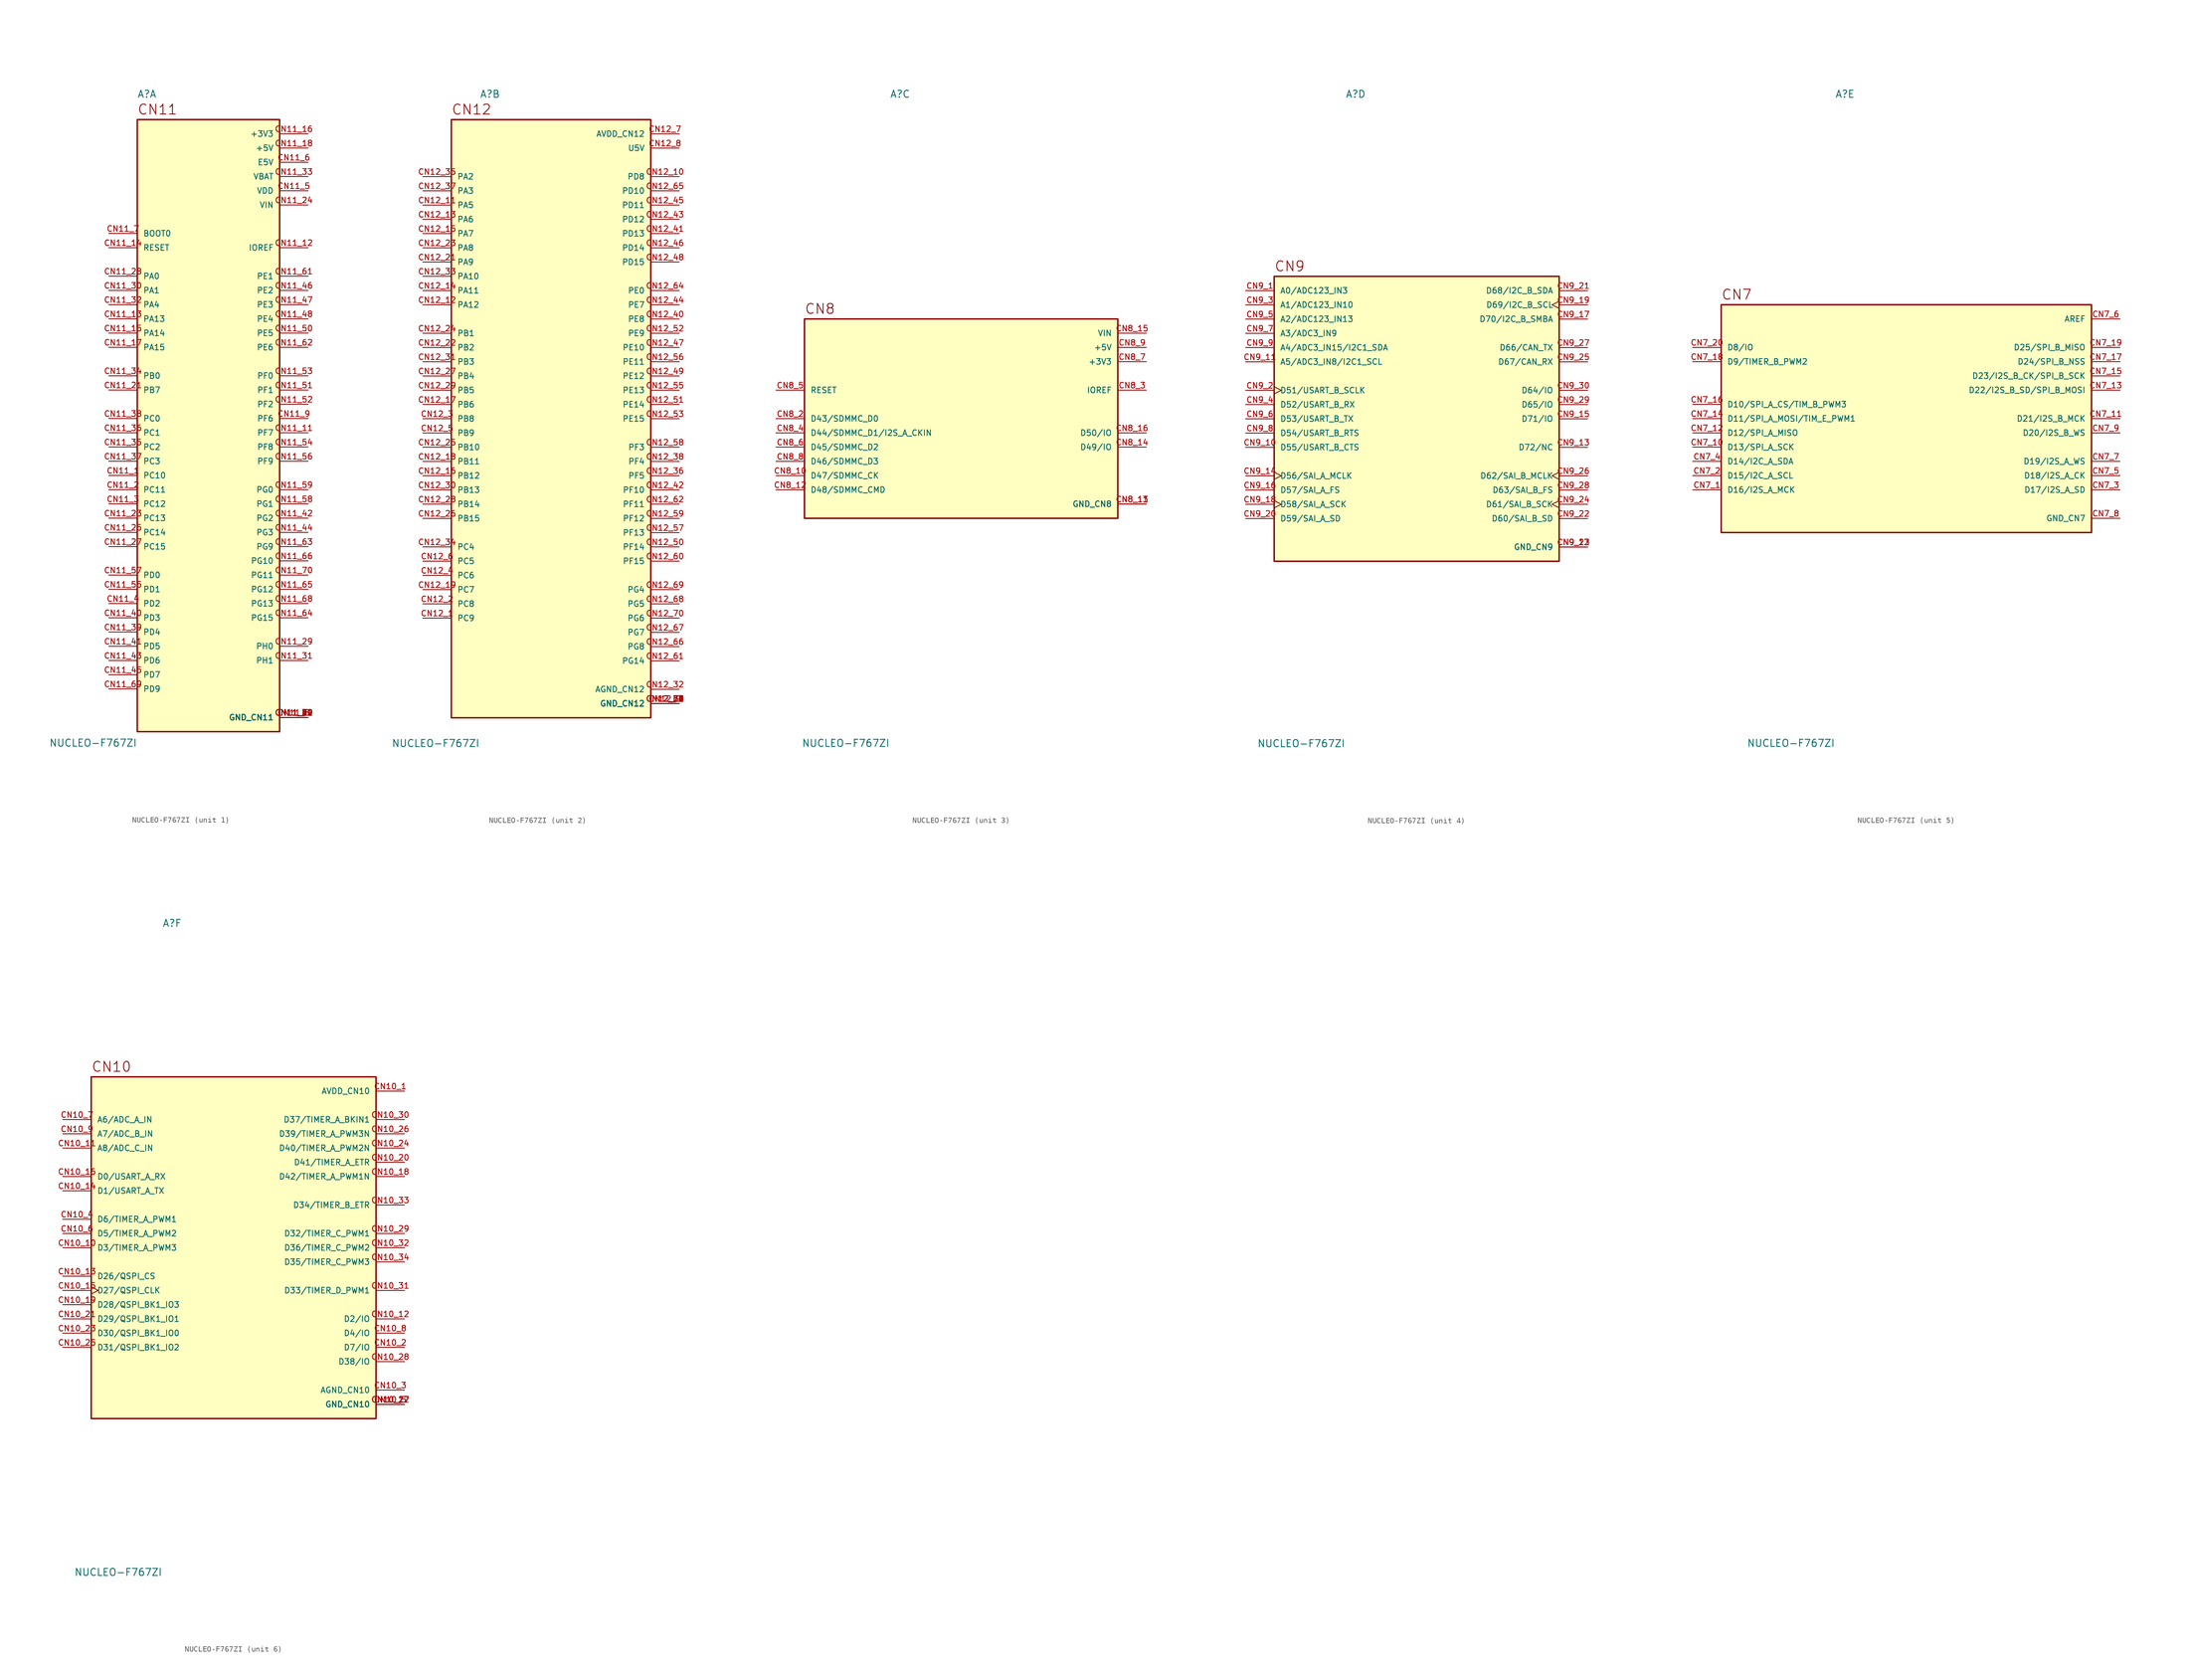
<source format=kicad_sym>
(kicad_symbol_lib
  (version 20211014)
  (generator kicad_symbol_editor)
  (symbol "NUCLEO-F767ZI"
    (pin_names
      (offset 1.016))
    (property "Reference" "A"
      (at -12.7 57.15 0)
      (effects (font (size 1.27 1.27)) (justify bottom left)))
    (property "Value" "NUCLEO-F767ZI"
      (at -12.7 -57.15 0.0)
      (effects (font (size 1.27 1.27)) (justify top right mirror)))
    (symbol "NUCLEO-F767ZI_1_0"
      (text "CN11" (at -12.7 54.102 0) (effects (font (size 1.778 1.778)) (justify bottom left)))
      (rectangle (start -12.7 -55.88) (end 12.7 53.34) (stroke (width 0.254)) (fill (type background)))
      (pin bidirectional line (at -17.78 -10.16 0) (length 5.08) (name "PC10" (effects (font (size 1.016 1.016)))) (number "CN11_1" (effects (font (size 1.016 1.016)))))
      (pin bidirectional line (at -17.78 -12.7 0) (length 5.08) (name "PC11" (effects (font (size 1.016 1.016)))) (number "CN11_2" (effects (font (size 1.016 1.016)))))
      (pin bidirectional line (at -17.78 -15.24 0) (length 5.08) (name "PC12" (effects (font (size 1.016 1.016)))) (number "CN11_3" (effects (font (size 1.016 1.016)))))
      (pin bidirectional line (at -17.78 -33.02 0) (length 5.08) (name "PD2" (effects (font (size 1.016 1.016)))) (number "CN11_4" (effects (font (size 1.016 1.016)))))
      (pin power_in line (at 17.78 40.64 180.0) (length 5.08) (name "VDD" (effects (font (size 1.016 1.016)))) (number "CN11_5" (effects (font (size 1.016 1.016)))))
      (pin power_in line (at 17.78 45.72 180.0) (length 5.08) (name "E5V" (effects (font (size 1.016 1.016)))) (number "CN11_6" (effects (font (size 1.016 1.016)))))
      (pin bidirectional line (at -17.78 33.02 0) (length 5.08) (name "BOOT0" (effects (font (size 1.016 1.016)))) (number "CN11_7" (effects (font (size 1.016 1.016)))))
      (pin power_in line (at 17.78 -53.34 180.0) (length 5.08) (name "GND_CN11" (effects (font (size 1.016 1.016)))) (number "CN11_8" (effects (font (size 1.016 1.016)))))
      (pin power_in line (at 17.78 -53.34 180.0) (length 5.08) (name "GND_CN11" (effects (font (size 1.016 1.016)))) (number "CN11_19" (effects (font (size 1.016 1.016)))))
      (pin power_in line (at 17.78 -53.34 180.0) (length 5.08) (name "GND_CN11" (effects (font (size 1.016 1.016)))) (number "CN11_20" (effects (font (size 1.016 1.016)))))
      (pin power_in line (at 17.78 -53.34 180.0) (length 5.08) (name "GND_CN11" (effects (font (size 1.016 1.016)))) (number "CN11_22" (effects (font (size 1.016 1.016)))))
      (pin power_in line (at 17.78 -53.34 180.0) (length 5.08) (name "GND_CN11" (effects (font (size 1.016 1.016)))) (number "CN11_49" (effects (font (size 1.016 1.016)))))
      (pin power_in line (at 17.78 -53.34 180.0) (length 5.08) (name "GND_CN11" (effects (font (size 1.016 1.016)))) (number "CN11_60" (effects (font (size 1.016 1.016)))))
      (pin power_in line (at 17.78 -53.34 180.0) (length 5.08) (name "GND_CN11" (effects (font (size 1.016 1.016)))) (number "CN11_71" (effects (font (size 1.016 1.016)))))
      (pin power_in line (at 17.78 -53.34 180.0) (length 5.08) (name "GND_CN11" (effects (font (size 1.016 1.016)))) (number "CN11_72" (effects (font (size 1.016 1.016)))))
      (pin bidirectional line (at 17.78 0.0 180.0) (length 5.08) (name "PF6" (effects (font (size 1.016 1.016)))) (number "CN11_9" (effects (font (size 1.016 1.016)))))
      (pin bidirectional line (at 17.78 -2.54 180.0) (length 5.08) (name "PF7" (effects (font (size 1.016 1.016)))) (number "CN11_11" (effects (font (size 1.016 1.016)))))
      (pin bidirectional line (at 17.78 30.48 180.0) (length 5.08) (name "IOREF" (effects (font (size 1.016 1.016)))) (number "CN11_12" (effects (font (size 1.016 1.016)))))
      (pin bidirectional line (at -17.78 17.78 0) (length 5.08) (name "PA13" (effects (font (size 1.016 1.016)))) (number "CN11_13" (effects (font (size 1.016 1.016)))))
      (pin bidirectional line (at -17.78 30.48 0) (length 5.08) (name "RESET" (effects (font (size 1.016 1.016)))) (number "CN11_14" (effects (font (size 1.016 1.016)))))
      (pin bidirectional line (at -17.78 15.24 0) (length 5.08) (name "PA14" (effects (font (size 1.016 1.016)))) (number "CN11_15" (effects (font (size 1.016 1.016)))))
      (pin power_in line (at 17.78 50.8 180.0) (length 5.08) (name "+3V3" (effects (font (size 1.016 1.016)))) (number "CN11_16" (effects (font (size 1.016 1.016)))))
      (pin bidirectional line (at -17.78 12.7 0) (length 5.08) (name "PA15" (effects (font (size 1.016 1.016)))) (number "CN11_17" (effects (font (size 1.016 1.016)))))
      (pin power_in line (at 17.78 48.26 180.0) (length 5.08) (name "+5V" (effects (font (size 1.016 1.016)))) (number "CN11_18" (effects (font (size 1.016 1.016)))))
      (pin bidirectional line (at -17.78 5.08 0) (length 5.08) (name "PB7" (effects (font (size 1.016 1.016)))) (number "CN11_21" (effects (font (size 1.016 1.016)))))
      (pin bidirectional line (at -17.78 -17.78 0) (length 5.08) (name "PC13" (effects (font (size 1.016 1.016)))) (number "CN11_23" (effects (font (size 1.016 1.016)))))
      (pin power_in line (at 17.78 38.1 180.0) (length 5.08) (name "VIN" (effects (font (size 1.016 1.016)))) (number "CN11_24" (effects (font (size 1.016 1.016)))))
      (pin bidirectional line (at -17.78 -20.32 0) (length 5.08) (name "PC14" (effects (font (size 1.016 1.016)))) (number "CN11_25" (effects (font (size 1.016 1.016)))))
      (pin bidirectional line (at -17.78 -22.86 0) (length 5.08) (name "PC15" (effects (font (size 1.016 1.016)))) (number "CN11_27" (effects (font (size 1.016 1.016)))))
      (pin bidirectional line (at -17.78 25.4 0) (length 5.08) (name "PA0" (effects (font (size 1.016 1.016)))) (number "CN11_28" (effects (font (size 1.016 1.016)))))
      (pin bidirectional line (at 17.78 -40.64 180.0) (length 5.08) (name "PH0" (effects (font (size 1.016 1.016)))) (number "CN11_29" (effects (font (size 1.016 1.016)))))
      (pin bidirectional line (at -17.78 22.86 0) (length 5.08) (name "PA1" (effects (font (size 1.016 1.016)))) (number "CN11_30" (effects (font (size 1.016 1.016)))))
      (pin bidirectional line (at 17.78 -43.18 180.0) (length 5.08) (name "PH1" (effects (font (size 1.016 1.016)))) (number "CN11_31" (effects (font (size 1.016 1.016)))))
      (pin bidirectional line (at -17.78 20.32 0) (length 5.08) (name "PA4" (effects (font (size 1.016 1.016)))) (number "CN11_32" (effects (font (size 1.016 1.016)))))
      (pin power_in line (at 17.78 43.18 180.0) (length 5.08) (name "VBAT" (effects (font (size 1.016 1.016)))) (number "CN11_33" (effects (font (size 1.016 1.016)))))
      (pin bidirectional line (at -17.78 7.62 0) (length 5.08) (name "PB0" (effects (font (size 1.016 1.016)))) (number "CN11_34" (effects (font (size 1.016 1.016)))))
      (pin bidirectional line (at -17.78 -5.08 0) (length 5.08) (name "PC2" (effects (font (size 1.016 1.016)))) (number "CN11_35" (effects (font (size 1.016 1.016)))))
      (pin bidirectional line (at -17.78 -2.54 0) (length 5.08) (name "PC1" (effects (font (size 1.016 1.016)))) (number "CN11_36" (effects (font (size 1.016 1.016)))))
      (pin bidirectional line (at -17.78 -7.62 0) (length 5.08) (name "PC3" (effects (font (size 1.016 1.016)))) (number "CN11_37" (effects (font (size 1.016 1.016)))))
      (pin bidirectional line (at -17.78 0.0 0) (length 5.08) (name "PC0" (effects (font (size 1.016 1.016)))) (number "CN11_38" (effects (font (size 1.016 1.016)))))
      (pin bidirectional line (at -17.78 -38.1 0) (length 5.08) (name "PD4" (effects (font (size 1.016 1.016)))) (number "CN11_39" (effects (font (size 1.016 1.016)))))
      (pin bidirectional line (at -17.78 -35.56 0) (length 5.08) (name "PD3" (effects (font (size 1.016 1.016)))) (number "CN11_40" (effects (font (size 1.016 1.016)))))
      (pin bidirectional line (at -17.78 -40.64 0) (length 5.08) (name "PD5" (effects (font (size 1.016 1.016)))) (number "CN11_41" (effects (font (size 1.016 1.016)))))
      (pin bidirectional line (at 17.78 -17.78 180.0) (length 5.08) (name "PG2" (effects (font (size 1.016 1.016)))) (number "CN11_42" (effects (font (size 1.016 1.016)))))
      (pin bidirectional line (at -17.78 -43.18 0) (length 5.08) (name "PD6" (effects (font (size 1.016 1.016)))) (number "CN11_43" (effects (font (size 1.016 1.016)))))
      (pin bidirectional line (at 17.78 -20.32 180.0) (length 5.08) (name "PG3" (effects (font (size 1.016 1.016)))) (number "CN11_44" (effects (font (size 1.016 1.016)))))
      (pin bidirectional line (at -17.78 -45.72 0) (length 5.08) (name "PD7" (effects (font (size 1.016 1.016)))) (number "CN11_45" (effects (font (size 1.016 1.016)))))
      (pin bidirectional line (at 17.78 22.86 180.0) (length 5.08) (name "PE2" (effects (font (size 1.016 1.016)))) (number "CN11_46" (effects (font (size 1.016 1.016)))))
      (pin bidirectional line (at 17.78 20.32 180.0) (length 5.08) (name "PE3" (effects (font (size 1.016 1.016)))) (number "CN11_47" (effects (font (size 1.016 1.016)))))
      (pin bidirectional line (at 17.78 17.78 180.0) (length 5.08) (name "PE4" (effects (font (size 1.016 1.016)))) (number "CN11_48" (effects (font (size 1.016 1.016)))))
      (pin bidirectional line (at 17.78 15.24 180.0) (length 5.08) (name "PE5" (effects (font (size 1.016 1.016)))) (number "CN11_50" (effects (font (size 1.016 1.016)))))
      (pin bidirectional line (at 17.78 5.08 180.0) (length 5.08) (name "PF1" (effects (font (size 1.016 1.016)))) (number "CN11_51" (effects (font (size 1.016 1.016)))))
      (pin bidirectional line (at 17.78 2.54 180.0) (length 5.08) (name "PF2" (effects (font (size 1.016 1.016)))) (number "CN11_52" (effects (font (size 1.016 1.016)))))
      (pin bidirectional line (at 17.78 7.62 180.0) (length 5.08) (name "PF0" (effects (font (size 1.016 1.016)))) (number "CN11_53" (effects (font (size 1.016 1.016)))))
      (pin bidirectional line (at 17.78 -5.08 180.0) (length 5.08) (name "PF8" (effects (font (size 1.016 1.016)))) (number "CN11_54" (effects (font (size 1.016 1.016)))))
      (pin bidirectional line (at -17.78 -30.48 0) (length 5.08) (name "PD1" (effects (font (size 1.016 1.016)))) (number "CN11_55" (effects (font (size 1.016 1.016)))))
      (pin bidirectional line (at 17.78 -7.62 180.0) (length 5.08) (name "PF9" (effects (font (size 1.016 1.016)))) (number "CN11_56" (effects (font (size 1.016 1.016)))))
      (pin bidirectional line (at -17.78 -27.94 0) (length 5.08) (name "PD0" (effects (font (size 1.016 1.016)))) (number "CN11_57" (effects (font (size 1.016 1.016)))))
      (pin bidirectional line (at 17.78 -15.24 180.0) (length 5.08) (name "PG1" (effects (font (size 1.016 1.016)))) (number "CN11_58" (effects (font (size 1.016 1.016)))))
      (pin bidirectional line (at 17.78 -12.7 180.0) (length 5.08) (name "PG0" (effects (font (size 1.016 1.016)))) (number "CN11_59" (effects (font (size 1.016 1.016)))))
      (pin bidirectional line (at 17.78 25.4 180.0) (length 5.08) (name "PE1" (effects (font (size 1.016 1.016)))) (number "CN11_61" (effects (font (size 1.016 1.016)))))
      (pin bidirectional line (at 17.78 12.7 180.0) (length 5.08) (name "PE6" (effects (font (size 1.016 1.016)))) (number "CN11_62" (effects (font (size 1.016 1.016)))))
      (pin bidirectional line (at 17.78 -22.86 180.0) (length 5.08) (name "PG9" (effects (font (size 1.016 1.016)))) (number "CN11_63" (effects (font (size 1.016 1.016)))))
      (pin bidirectional line (at 17.78 -35.56 180.0) (length 5.08) (name "PG15" (effects (font (size 1.016 1.016)))) (number "CN11_64" (effects (font (size 1.016 1.016)))))
      (pin bidirectional line (at 17.78 -30.48 180.0) (length 5.08) (name "PG12" (effects (font (size 1.016 1.016)))) (number "CN11_65" (effects (font (size 1.016 1.016)))))
      (pin bidirectional line (at 17.78 -25.4 180.0) (length 5.08) (name "PG10" (effects (font (size 1.016 1.016)))) (number "CN11_66" (effects (font (size 1.016 1.016)))))
      (pin bidirectional line (at 17.78 -33.02 180.0) (length 5.08) (name "PG13" (effects (font (size 1.016 1.016)))) (number "CN11_68" (effects (font (size 1.016 1.016)))))
      (pin bidirectional line (at -17.78 -48.26 0) (length 5.08) (name "PD9" (effects (font (size 1.016 1.016)))) (number "CN11_69" (effects (font (size 1.016 1.016)))))
      (pin bidirectional line (at 17.78 -27.94 180.0) (length 5.08) (name "PG11" (effects (font (size 1.016 1.016)))) (number "CN11_70" (effects (font (size 1.016 1.016))))))
    (symbol "NUCLEO-F767ZI_2_0"
      (text "CN12" (at -17.78 54.102 0) (effects (font (size 1.778 1.778)) (justify bottom left)))
      (rectangle (start -17.78 -53.34) (end 17.78 53.34) (stroke (width 0.254)) (fill (type background)))
      (pin bidirectional line (at -22.86 -35.56 0) (length 5.08) (name "PC9" (effects (font (size 1.016 1.016)))) (number "CN12_1" (effects (font (size 1.016 1.016)))))
      (pin bidirectional line (at -22.86 -33.02 0) (length 5.08) (name "PC8" (effects (font (size 1.016 1.016)))) (number "CN12_2" (effects (font (size 1.016 1.016)))))
      (pin bidirectional line (at -22.86 0.0 0) (length 5.08) (name "PB8" (effects (font (size 1.016 1.016)))) (number "CN12_3" (effects (font (size 1.016 1.016)))))
      (pin bidirectional line (at -22.86 -27.94 0) (length 5.08) (name "PC6" (effects (font (size 1.016 1.016)))) (number "CN12_4" (effects (font (size 1.016 1.016)))))
      (pin bidirectional line (at -22.86 -2.54 0) (length 5.08) (name "PB9" (effects (font (size 1.016 1.016)))) (number "CN12_5" (effects (font (size 1.016 1.016)))))
      (pin bidirectional line (at -22.86 -25.4 0) (length 5.08) (name "PC5" (effects (font (size 1.016 1.016)))) (number "CN12_6" (effects (font (size 1.016 1.016)))))
      (pin power_in line (at 22.86 50.8 180.0) (length 5.08) (name "AVDD_CN12" (effects (font (size 1.016 1.016)))) (number "CN12_7" (effects (font (size 1.016 1.016)))))
      (pin power_in line (at 22.86 48.26 180.0) (length 5.08) (name "U5V" (effects (font (size 1.016 1.016)))) (number "CN12_8" (effects (font (size 1.016 1.016)))))
      (pin power_in line (at 22.86 -50.8 180.0) (length 5.08) (name "GND_CN12" (effects (font (size 1.016 1.016)))) (number "CN12_9" (effects (font (size 1.016 1.016)))))
      (pin power_in line (at 22.86 -50.8 180.0) (length 5.08) (name "GND_CN12" (effects (font (size 1.016 1.016)))) (number "CN12_20" (effects (font (size 1.016 1.016)))))
      (pin power_in line (at 22.86 -50.8 180.0) (length 5.08) (name "GND_CN12" (effects (font (size 1.016 1.016)))) (number "CN12_39" (effects (font (size 1.016 1.016)))))
      (pin power_in line (at 22.86 -50.8 180.0) (length 5.08) (name "GND_CN12" (effects (font (size 1.016 1.016)))) (number "CN12_54" (effects (font (size 1.016 1.016)))))
      (pin power_in line (at 22.86 -50.8 180.0) (length 5.08) (name "GND_CN12" (effects (font (size 1.016 1.016)))) (number "CN12_63" (effects (font (size 1.016 1.016)))))
      (pin power_in line (at 22.86 -50.8 180.0) (length 5.08) (name "GND_CN12" (effects (font (size 1.016 1.016)))) (number "CN12_71" (effects (font (size 1.016 1.016)))))
      (pin power_in line (at 22.86 -50.8 180.0) (length 5.08) (name "GND_CN12" (effects (font (size 1.016 1.016)))) (number "CN12_72" (effects (font (size 1.016 1.016)))))
      (pin bidirectional line (at 22.86 43.18 180.0) (length 5.08) (name "PD8" (effects (font (size 1.016 1.016)))) (number "CN12_10" (effects (font (size 1.016 1.016)))))
      (pin bidirectional line (at -22.86 38.1 0) (length 5.08) (name "PA5" (effects (font (size 1.016 1.016)))) (number "CN12_11" (effects (font (size 1.016 1.016)))))
      (pin bidirectional line (at -22.86 20.32 0) (length 5.08) (name "PA12" (effects (font (size 1.016 1.016)))) (number "CN12_12" (effects (font (size 1.016 1.016)))))
      (pin bidirectional line (at -22.86 35.56 0) (length 5.08) (name "PA6" (effects (font (size 1.016 1.016)))) (number "CN12_13" (effects (font (size 1.016 1.016)))))
      (pin bidirectional line (at -22.86 22.86 0) (length 5.08) (name "PA11" (effects (font (size 1.016 1.016)))) (number "CN12_14" (effects (font (size 1.016 1.016)))))
      (pin bidirectional line (at -22.86 33.02 0) (length 5.08) (name "PA7" (effects (font (size 1.016 1.016)))) (number "CN12_15" (effects (font (size 1.016 1.016)))))
      (pin bidirectional line (at -22.86 -10.16 0) (length 5.08) (name "PB12" (effects (font (size 1.016 1.016)))) (number "CN12_16" (effects (font (size 1.016 1.016)))))
      (pin bidirectional line (at -22.86 2.54 0) (length 5.08) (name "PB6" (effects (font (size 1.016 1.016)))) (number "CN12_17" (effects (font (size 1.016 1.016)))))
      (pin bidirectional line (at -22.86 -7.62 0) (length 5.08) (name "PB11" (effects (font (size 1.016 1.016)))) (number "CN12_18" (effects (font (size 1.016 1.016)))))
      (pin bidirectional line (at -22.86 -30.48 0) (length 5.08) (name "PC7" (effects (font (size 1.016 1.016)))) (number "CN12_19" (effects (font (size 1.016 1.016)))))
      (pin bidirectional line (at -22.86 27.94 0) (length 5.08) (name "PA9" (effects (font (size 1.016 1.016)))) (number "CN12_21" (effects (font (size 1.016 1.016)))))
      (pin bidirectional line (at -22.86 12.7 0) (length 5.08) (name "PB2" (effects (font (size 1.016 1.016)))) (number "CN12_22" (effects (font (size 1.016 1.016)))))
      (pin bidirectional line (at -22.86 30.48 0) (length 5.08) (name "PA8" (effects (font (size 1.016 1.016)))) (number "CN12_23" (effects (font (size 1.016 1.016)))))
      (pin bidirectional line (at -22.86 15.24 0) (length 5.08) (name "PB1" (effects (font (size 1.016 1.016)))) (number "CN12_24" (effects (font (size 1.016 1.016)))))
      (pin bidirectional line (at -22.86 -5.08 0) (length 5.08) (name "PB10" (effects (font (size 1.016 1.016)))) (number "CN12_25" (effects (font (size 1.016 1.016)))))
      (pin bidirectional line (at -22.86 -17.78 0) (length 5.08) (name "PB15" (effects (font (size 1.016 1.016)))) (number "CN12_26" (effects (font (size 1.016 1.016)))))
      (pin bidirectional line (at -22.86 7.62 0) (length 5.08) (name "PB4" (effects (font (size 1.016 1.016)))) (number "CN12_27" (effects (font (size 1.016 1.016)))))
      (pin bidirectional line (at -22.86 -15.24 0) (length 5.08) (name "PB14" (effects (font (size 1.016 1.016)))) (number "CN12_28" (effects (font (size 1.016 1.016)))))
      (pin bidirectional line (at -22.86 5.08 0) (length 5.08) (name "PB5" (effects (font (size 1.016 1.016)))) (number "CN12_29" (effects (font (size 1.016 1.016)))))
      (pin bidirectional line (at -22.86 -12.7 0) (length 5.08) (name "PB13" (effects (font (size 1.016 1.016)))) (number "CN12_30" (effects (font (size 1.016 1.016)))))
      (pin bidirectional line (at -22.86 10.16 0) (length 5.08) (name "PB3" (effects (font (size 1.016 1.016)))) (number "CN12_31" (effects (font (size 1.016 1.016)))))
      (pin power_in line (at 22.86 -48.26 180.0) (length 5.08) (name "AGND_CN12" (effects (font (size 1.016 1.016)))) (number "CN12_32" (effects (font (size 1.016 1.016)))))
      (pin bidirectional line (at -22.86 25.4 0) (length 5.08) (name "PA10" (effects (font (size 1.016 1.016)))) (number "CN12_33" (effects (font (size 1.016 1.016)))))
      (pin bidirectional line (at -22.86 -22.86 0) (length 5.08) (name "PC4" (effects (font (size 1.016 1.016)))) (number "CN12_34" (effects (font (size 1.016 1.016)))))
      (pin bidirectional line (at -22.86 43.18 0) (length 5.08) (name "PA2" (effects (font (size 1.016 1.016)))) (number "CN12_35" (effects (font (size 1.016 1.016)))))
      (pin bidirectional line (at 22.86 -10.16 180.0) (length 5.08) (name "PF5" (effects (font (size 1.016 1.016)))) (number "CN12_36" (effects (font (size 1.016 1.016)))))
      (pin bidirectional line (at -22.86 40.64 0) (length 5.08) (name "PA3" (effects (font (size 1.016 1.016)))) (number "CN12_37" (effects (font (size 1.016 1.016)))))
      (pin bidirectional line (at 22.86 -7.62 180.0) (length 5.08) (name "PF4" (effects (font (size 1.016 1.016)))) (number "CN12_38" (effects (font (size 1.016 1.016)))))
      (pin bidirectional line (at 22.86 17.78 180.0) (length 5.08) (name "PE8" (effects (font (size 1.016 1.016)))) (number "CN12_40" (effects (font (size 1.016 1.016)))))
      (pin bidirectional line (at 22.86 33.02 180.0) (length 5.08) (name "PD13" (effects (font (size 1.016 1.016)))) (number "CN12_41" (effects (font (size 1.016 1.016)))))
      (pin bidirectional line (at 22.86 -12.7 180.0) (length 5.08) (name "PF10" (effects (font (size 1.016 1.016)))) (number "CN12_42" (effects (font (size 1.016 1.016)))))
      (pin bidirectional line (at 22.86 35.56 180.0) (length 5.08) (name "PD12" (effects (font (size 1.016 1.016)))) (number "CN12_43" (effects (font (size 1.016 1.016)))))
      (pin bidirectional line (at 22.86 20.32 180.0) (length 5.08) (name "PE7" (effects (font (size 1.016 1.016)))) (number "CN12_44" (effects (font (size 1.016 1.016)))))
      (pin bidirectional line (at 22.86 38.1 180.0) (length 5.08) (name "PD11" (effects (font (size 1.016 1.016)))) (number "CN12_45" (effects (font (size 1.016 1.016)))))
      (pin bidirectional line (at 22.86 30.48 180.0) (length 5.08) (name "PD14" (effects (font (size 1.016 1.016)))) (number "CN12_46" (effects (font (size 1.016 1.016)))))
      (pin bidirectional line (at 22.86 12.7 180.0) (length 5.08) (name "PE10" (effects (font (size 1.016 1.016)))) (number "CN12_47" (effects (font (size 1.016 1.016)))))
      (pin bidirectional line (at 22.86 27.94 180.0) (length 5.08) (name "PD15" (effects (font (size 1.016 1.016)))) (number "CN12_48" (effects (font (size 1.016 1.016)))))
      (pin bidirectional line (at 22.86 7.62 180.0) (length 5.08) (name "PE12" (effects (font (size 1.016 1.016)))) (number "CN12_49" (effects (font (size 1.016 1.016)))))
      (pin bidirectional line (at 22.86 -22.86 180.0) (length 5.08) (name "PF14" (effects (font (size 1.016 1.016)))) (number "CN12_50" (effects (font (size 1.016 1.016)))))
      (pin bidirectional line (at 22.86 2.54 180.0) (length 5.08) (name "PE14" (effects (font (size 1.016 1.016)))) (number "CN12_51" (effects (font (size 1.016 1.016)))))
      (pin bidirectional line (at 22.86 15.24 180.0) (length 5.08) (name "PE9" (effects (font (size 1.016 1.016)))) (number "CN12_52" (effects (font (size 1.016 1.016)))))
      (pin bidirectional line (at 22.86 0.0 180.0) (length 5.08) (name "PE15" (effects (font (size 1.016 1.016)))) (number "CN12_53" (effects (font (size 1.016 1.016)))))
      (pin bidirectional line (at 22.86 5.08 180.0) (length 5.08) (name "PE13" (effects (font (size 1.016 1.016)))) (number "CN12_55" (effects (font (size 1.016 1.016)))))
      (pin bidirectional line (at 22.86 10.16 180.0) (length 5.08) (name "PE11" (effects (font (size 1.016 1.016)))) (number "CN12_56" (effects (font (size 1.016 1.016)))))
      (pin bidirectional line (at 22.86 -20.32 180.0) (length 5.08) (name "PF13" (effects (font (size 1.016 1.016)))) (number "CN12_57" (effects (font (size 1.016 1.016)))))
      (pin bidirectional line (at 22.86 -5.08 180.0) (length 5.08) (name "PF3" (effects (font (size 1.016 1.016)))) (number "CN12_58" (effects (font (size 1.016 1.016)))))
      (pin bidirectional line (at 22.86 -17.78 180.0) (length 5.08) (name "PF12" (effects (font (size 1.016 1.016)))) (number "CN12_59" (effects (font (size 1.016 1.016)))))
      (pin bidirectional line (at 22.86 -25.4 180.0) (length 5.08) (name "PF15" (effects (font (size 1.016 1.016)))) (number "CN12_60" (effects (font (size 1.016 1.016)))))
      (pin bidirectional line (at 22.86 -43.18 180.0) (length 5.08) (name "PG14" (effects (font (size 1.016 1.016)))) (number "CN12_61" (effects (font (size 1.016 1.016)))))
      (pin bidirectional line (at 22.86 -15.24 180.0) (length 5.08) (name "PF11" (effects (font (size 1.016 1.016)))) (number "CN12_62" (effects (font (size 1.016 1.016)))))
      (pin bidirectional line (at 22.86 22.86 180.0) (length 5.08) (name "PE0" (effects (font (size 1.016 1.016)))) (number "CN12_64" (effects (font (size 1.016 1.016)))))
      (pin bidirectional line (at 22.86 40.64 180.0) (length 5.08) (name "PD10" (effects (font (size 1.016 1.016)))) (number "CN12_65" (effects (font (size 1.016 1.016)))))
      (pin bidirectional line (at 22.86 -40.64 180.0) (length 5.08) (name "PG8" (effects (font (size 1.016 1.016)))) (number "CN12_66" (effects (font (size 1.016 1.016)))))
      (pin bidirectional line (at 22.86 -38.1 180.0) (length 5.08) (name "PG7" (effects (font (size 1.016 1.016)))) (number "CN12_67" (effects (font (size 1.016 1.016)))))
      (pin bidirectional line (at 22.86 -33.02 180.0) (length 5.08) (name "PG5" (effects (font (size 1.016 1.016)))) (number "CN12_68" (effects (font (size 1.016 1.016)))))
      (pin bidirectional line (at 22.86 -30.48 180.0) (length 5.08) (name "PG4" (effects (font (size 1.016 1.016)))) (number "CN12_69" (effects (font (size 1.016 1.016)))))
      (pin bidirectional line (at 22.86 -35.56 180.0) (length 5.08) (name "PG6" (effects (font (size 1.016 1.016)))) (number "CN12_70" (effects (font (size 1.016 1.016))))))
    (symbol "NUCLEO-F767ZI_3_0"
      (text "CN8" (at -27.94 18.542 0) (effects (font (size 1.778 1.778)) (justify bottom left)))
      (rectangle (start -27.94 -17.78) (end 27.94 17.78) (stroke (width 0.254)) (fill (type background)))
      (pin bidirectional line (at -33.02 0.0 0) (length 5.08) (name "D43/SDMMC_D0" (effects (font (size 1.016 1.016)))) (number "CN8_2" (effects (font (size 1.016 1.016)))))
      (pin bidirectional line (at 33.02 5.08 180.0) (length 5.08) (name "IOREF" (effects (font (size 1.016 1.016)))) (number "CN8_3" (effects (font (size 1.016 1.016)))))
      (pin bidirectional line (at -33.02 -2.54 0) (length 5.08) (name "D44/SDMMC_D1/I2S_A_CKIN" (effects (font (size 1.016 1.016)))) (number "CN8_4" (effects (font (size 1.016 1.016)))))
      (pin bidirectional line (at -33.02 5.08 0) (length 5.08) (name "RESET" (effects (font (size 1.016 1.016)))) (number "CN8_5" (effects (font (size 1.016 1.016)))))
      (pin bidirectional line (at -33.02 -5.08 0) (length 5.08) (name "D45/SDMMC_D2" (effects (font (size 1.016 1.016)))) (number "CN8_6" (effects (font (size 1.016 1.016)))))
      (pin power_in line (at 33.02 10.16 180.0) (length 5.08) (name "+3V3" (effects (font (size 1.016 1.016)))) (number "CN8_7" (effects (font (size 1.016 1.016)))))
      (pin bidirectional line (at -33.02 -7.62 0) (length 5.08) (name "D46/SDMMC_D3" (effects (font (size 1.016 1.016)))) (number "CN8_8" (effects (font (size 1.016 1.016)))))
      (pin power_in line (at 33.02 12.7 180.0) (length 5.08) (name "+5V" (effects (font (size 1.016 1.016)))) (number "CN8_9" (effects (font (size 1.016 1.016)))))
      (pin bidirectional line (at -33.02 -10.16 0) (length 5.08) (name "D47/SDMMC_CK" (effects (font (size 1.016 1.016)))) (number "CN8_10" (effects (font (size 1.016 1.016)))))
      (pin power_in line (at 33.02 -15.24 180.0) (length 5.08) (name "GND_CN8" (effects (font (size 1.016 1.016)))) (number "CN8_11" (effects (font (size 1.016 1.016)))))
      (pin power_in line (at 33.02 -15.24 180.0) (length 5.08) (name "GND_CN8" (effects (font (size 1.016 1.016)))) (number "CN8_13" (effects (font (size 1.016 1.016)))))
      (pin bidirectional line (at -33.02 -12.7 0) (length 5.08) (name "D48/SDMMC_CMD" (effects (font (size 1.016 1.016)))) (number "CN8_12" (effects (font (size 1.016 1.016)))))
      (pin bidirectional line (at 33.02 -5.08 180.0) (length 5.08) (name "D49/IO" (effects (font (size 1.016 1.016)))) (number "CN8_14" (effects (font (size 1.016 1.016)))))
      (pin power_in line (at 33.02 15.24 180.0) (length 5.08) (name "VIN" (effects (font (size 1.016 1.016)))) (number "CN8_15" (effects (font (size 1.016 1.016)))))
      (pin bidirectional line (at 33.02 -2.54 180.0) (length 5.08) (name "D50/IO" (effects (font (size 1.016 1.016)))) (number "CN8_16" (effects (font (size 1.016 1.016))))))
    (symbol "NUCLEO-F767ZI_4_0"
      (text "CN9" (at -25.4 26.162 0) (effects (font (size 1.778 1.778)) (justify bottom left)))
      (rectangle (start -25.4 -25.4) (end 25.4 25.4) (stroke (width 0.254)) (fill (type background)))
      (pin input line (at -30.48 22.86 0) (length 5.08) (name "A0/ADC123_IN3" (effects (font (size 1.016 1.016)))) (number "CN9_1" (effects (font (size 1.016 1.016)))))
      (pin bidirectional clock (at -30.48 5.08 0) (length 5.08) (name "D51/USART_B_SCLK" (effects (font (size 1.016 1.016)))) (number "CN9_2" (effects (font (size 1.016 1.016)))))
      (pin input line (at -30.48 20.32 0) (length 5.08) (name "A1/ADC123_IN10" (effects (font (size 1.016 1.016)))) (number "CN9_3" (effects (font (size 1.016 1.016)))))
      (pin bidirectional line (at -30.48 2.54 0) (length 5.08) (name "D52/USART_B_RX" (effects (font (size 1.016 1.016)))) (number "CN9_4" (effects (font (size 1.016 1.016)))))
      (pin input line (at -30.48 17.78 0) (length 5.08) (name "A2/ADC123_IN13" (effects (font (size 1.016 1.016)))) (number "CN9_5" (effects (font (size 1.016 1.016)))))
      (pin bidirectional line (at -30.48 0.0 0) (length 5.08) (name "D53/USART_B_TX" (effects (font (size 1.016 1.016)))) (number "CN9_6" (effects (font (size 1.016 1.016)))))
      (pin input line (at -30.48 15.24 0) (length 5.08) (name "A3/ADC3_IN9" (effects (font (size 1.016 1.016)))) (number "CN9_7" (effects (font (size 1.016 1.016)))))
      (pin bidirectional line (at -30.48 -2.54 0) (length 5.08) (name "D54/USART_B_RTS" (effects (font (size 1.016 1.016)))) (number "CN9_8" (effects (font (size 1.016 1.016)))))
      (pin input line (at -30.48 12.7 0) (length 5.08) (name "A4/ADC3_IN15/I2C1_SDA" (effects (font (size 1.016 1.016)))) (number "CN9_9" (effects (font (size 1.016 1.016)))))
      (pin bidirectional line (at -30.48 -5.08 0) (length 5.08) (name "D55/USART_B_CTS" (effects (font (size 1.016 1.016)))) (number "CN9_10" (effects (font (size 1.016 1.016)))))
      (pin input line (at -30.48 10.16 0) (length 5.08) (name "A5/ADC3_IN8/I2C1_SCL" (effects (font (size 1.016 1.016)))) (number "CN9_11" (effects (font (size 1.016 1.016)))))
      (pin power_in line (at 30.48 -22.86 180.0) (length 5.08) (name "GND_CN9" (effects (font (size 1.016 1.016)))) (number "CN9_12" (effects (font (size 1.016 1.016)))))
      (pin power_in line (at 30.48 -22.86 180.0) (length 5.08) (name "GND_CN9" (effects (font (size 1.016 1.016)))) (number "CN9_23" (effects (font (size 1.016 1.016)))))
      (pin bidirectional line (at 30.48 -5.08 180.0) (length 5.08) (name "D72/NC" (effects (font (size 1.016 1.016)))) (number "CN9_13" (effects (font (size 1.016 1.016)))))
      (pin bidirectional clock (at -30.48 -10.16 0) (length 5.08) (name "D56/SAI_A_MCLK" (effects (font (size 1.016 1.016)))) (number "CN9_14" (effects (font (size 1.016 1.016)))))
      (pin bidirectional line (at 30.48 0.0 180.0) (length 5.08) (name "D71/IO" (effects (font (size 1.016 1.016)))) (number "CN9_15" (effects (font (size 1.016 1.016)))))
      (pin bidirectional line (at -30.48 -12.7 0) (length 5.08) (name "D57/SAI_A_FS" (effects (font (size 1.016 1.016)))) (number "CN9_16" (effects (font (size 1.016 1.016)))))
      (pin bidirectional line (at 30.48 17.78 180.0) (length 5.08) (name "D70/I2C_B_SMBA" (effects (font (size 1.016 1.016)))) (number "CN9_17" (effects (font (size 1.016 1.016)))))
      (pin bidirectional clock (at -30.48 -15.24 0) (length 5.08) (name "D58/SAI_A_SCK" (effects (font (size 1.016 1.016)))) (number "CN9_18" (effects (font (size 1.016 1.016)))))
      (pin bidirectional clock (at 30.48 20.32 180.0) (length 5.08) (name "D69/I2C_B_SCL" (effects (font (size 1.016 1.016)))) (number "CN9_19" (effects (font (size 1.016 1.016)))))
      (pin bidirectional line (at -30.48 -17.78 0) (length 5.08) (name "D59/SAI_A_SD" (effects (font (size 1.016 1.016)))) (number "CN9_20" (effects (font (size 1.016 1.016)))))
      (pin bidirectional line (at 30.48 22.86 180.0) (length 5.08) (name "D68/I2C_B_SDA" (effects (font (size 1.016 1.016)))) (number "CN9_21" (effects (font (size 1.016 1.016)))))
      (pin bidirectional line (at 30.48 -17.78 180.0) (length 5.08) (name "D60/SAI_B_SD" (effects (font (size 1.016 1.016)))) (number "CN9_22" (effects (font (size 1.016 1.016)))))
      (pin bidirectional clock (at 30.48 -15.24 180.0) (length 5.08) (name "D61/SAI_B_SCK" (effects (font (size 1.016 1.016)))) (number "CN9_24" (effects (font (size 1.016 1.016)))))
      (pin input line (at 30.48 10.16 180.0) (length 5.08) (name "D67/CAN_RX" (effects (font (size 1.016 1.016)))) (number "CN9_25" (effects (font (size 1.016 1.016)))))
      (pin bidirectional clock (at 30.48 -10.16 180.0) (length 5.08) (name "D62/SAI_B_MCLK" (effects (font (size 1.016 1.016)))) (number "CN9_26" (effects (font (size 1.016 1.016)))))
      (pin output line (at 30.48 12.7 180.0) (length 5.08) (name "D66/CAN_TX" (effects (font (size 1.016 1.016)))) (number "CN9_27" (effects (font (size 1.016 1.016)))))
      (pin bidirectional line (at 30.48 -12.7 180.0) (length 5.08) (name "D63/SAI_B_FS" (effects (font (size 1.016 1.016)))) (number "CN9_28" (effects (font (size 1.016 1.016)))))
      (pin bidirectional line (at 30.48 2.54 180.0) (length 5.08) (name "D65/IO" (effects (font (size 1.016 1.016)))) (number "CN9_29" (effects (font (size 1.016 1.016)))))
      (pin bidirectional line (at 30.48 5.08 180.0) (length 5.08) (name "D64/IO" (effects (font (size 1.016 1.016)))) (number "CN9_30" (effects (font (size 1.016 1.016))))))
    (symbol "NUCLEO-F767ZI_5_0"
      (text "CN7" (at -33.02 21.082 0) (effects (font (size 1.778 1.778)) (justify bottom left)))
      (rectangle (start -33.02 -20.32) (end 33.02 20.32) (stroke (width 0.254)) (fill (type background)))
      (pin bidirectional line (at -38.1 -12.7 0) (length 5.08) (name "D16/I2S_A_MCK" (effects (font (size 1.016 1.016)))) (number "CN7_1" (effects (font (size 1.016 1.016)))))
      (pin bidirectional line (at -38.1 -10.16 0) (length 5.08) (name "D15/I2C_A_SCL" (effects (font (size 1.016 1.016)))) (number "CN7_2" (effects (font (size 1.016 1.016)))))
      (pin bidirectional line (at 38.1 -12.7 180.0) (length 5.08) (name "D17/I2S_A_SD" (effects (font (size 1.016 1.016)))) (number "CN7_3" (effects (font (size 1.016 1.016)))))
      (pin bidirectional line (at -38.1 -7.62 0) (length 5.08) (name "D14/I2C_A_SDA" (effects (font (size 1.016 1.016)))) (number "CN7_4" (effects (font (size 1.016 1.016)))))
      (pin bidirectional line (at 38.1 -10.16 180.0) (length 5.08) (name "D18/I2S_A_CK" (effects (font (size 1.016 1.016)))) (number "CN7_5" (effects (font (size 1.016 1.016)))))
      (pin power_in line (at 38.1 17.78 180.0) (length 5.08) (name "AREF" (effects (font (size 1.016 1.016)))) (number "CN7_6" (effects (font (size 1.016 1.016)))))
      (pin bidirectional line (at 38.1 -7.62 180.0) (length 5.08) (name "D19/I2S_A_WS" (effects (font (size 1.016 1.016)))) (number "CN7_7" (effects (font (size 1.016 1.016)))))
      (pin power_in line (at 38.1 -17.78 180.0) (length 5.08) (name "GND_CN7" (effects (font (size 1.016 1.016)))) (number "CN7_8" (effects (font (size 1.016 1.016)))))
      (pin bidirectional line (at 38.1 -2.54 180.0) (length 5.08) (name "D20/I2S_B_WS" (effects (font (size 1.016 1.016)))) (number "CN7_9" (effects (font (size 1.016 1.016)))))
      (pin bidirectional line (at -38.1 -5.08 0) (length 5.08) (name "D13/SPI_A_SCK" (effects (font (size 1.016 1.016)))) (number "CN7_10" (effects (font (size 1.016 1.016)))))
      (pin bidirectional line (at 38.1 0.0 180.0) (length 5.08) (name "D21/I2S_B_MCK" (effects (font (size 1.016 1.016)))) (number "CN7_11" (effects (font (size 1.016 1.016)))))
      (pin bidirectional line (at -38.1 -2.54 0) (length 5.08) (name "D12/SPI_A_MISO" (effects (font (size 1.016 1.016)))) (number "CN7_12" (effects (font (size 1.016 1.016)))))
      (pin bidirectional line (at 38.1 5.08 180.0) (length 5.08) (name "D22/I2S_B_SD/SPI_B_MOSI" (effects (font (size 1.016 1.016)))) (number "CN7_13" (effects (font (size 1.016 1.016)))))
      (pin bidirectional line (at -38.1 0.0 0) (length 5.08) (name "D11/SPI_A_MOSI/TIM_E_PWM1" (effects (font (size 1.016 1.016)))) (number "CN7_14" (effects (font (size 1.016 1.016)))))
      (pin bidirectional line (at 38.1 7.62 180.0) (length 5.08) (name "D23/I2S_B_CK/SPI_B_SCK" (effects (font (size 1.016 1.016)))) (number "CN7_15" (effects (font (size 1.016 1.016)))))
      (pin bidirectional line (at -38.1 2.54 0) (length 5.08) (name "D10/SPI_A_CS/TIM_B_PWM3" (effects (font (size 1.016 1.016)))) (number "CN7_16" (effects (font (size 1.016 1.016)))))
      (pin bidirectional line (at 38.1 10.16 180.0) (length 5.08) (name "D24/SPI_B_NSS" (effects (font (size 1.016 1.016)))) (number "CN7_17" (effects (font (size 1.016 1.016)))))
      (pin bidirectional line (at -38.1 10.16 0) (length 5.08) (name "D9/TIMER_B_PWM2" (effects (font (size 1.016 1.016)))) (number "CN7_18" (effects (font (size 1.016 1.016)))))
      (pin bidirectional line (at 38.1 12.7 180.0) (length 5.08) (name "D25/SPI_B_MISO" (effects (font (size 1.016 1.016)))) (number "CN7_19" (effects (font (size 1.016 1.016)))))
      (pin bidirectional line (at -38.1 12.7 0) (length 5.08) (name "D8/IO" (effects (font (size 1.016 1.016)))) (number "CN7_20" (effects (font (size 1.016 1.016))))))
    (symbol "NUCLEO-F767ZI_6_0"
      (text "CN10" (at -25.4 31.242 0) (effects (font (size 1.778 1.778)) (justify bottom left)))
      (rectangle (start -25.4 -30.48) (end 25.4 30.48) (stroke (width 0.254)) (fill (type background)))
      (pin power_in line (at 30.48 27.94 180.0) (length 5.08) (name "AVDD_CN10" (effects (font (size 1.016 1.016)))) (number "CN10_1" (effects (font (size 1.016 1.016)))))
      (pin bidirectional line (at 30.48 -17.78 180.0) (length 5.08) (name "D7/IO" (effects (font (size 1.016 1.016)))) (number "CN10_2" (effects (font (size 1.016 1.016)))))
      (pin power_in line (at 30.48 -25.4 180.0) (length 5.08) (name "AGND_CN10" (effects (font (size 1.016 1.016)))) (number "CN10_3" (effects (font (size 1.016 1.016)))))
      (pin bidirectional line (at -30.48 5.08 0) (length 5.08) (name "D6/TIMER_A_PWM1" (effects (font (size 1.016 1.016)))) (number "CN10_4" (effects (font (size 1.016 1.016)))))
      (pin power_in line (at 30.48 -27.94 180.0) (length 5.08) (name "GND_CN10" (effects (font (size 1.016 1.016)))) (number "CN10_5" (effects (font (size 1.016 1.016)))))
      (pin power_in line (at 30.48 -27.94 180.0) (length 5.08) (name "GND_CN10" (effects (font (size 1.016 1.016)))) (number "CN10_17" (effects (font (size 1.016 1.016)))))
      (pin power_in line (at 30.48 -27.94 180.0) (length 5.08) (name "GND_CN10" (effects (font (size 1.016 1.016)))) (number "CN10_22" (effects (font (size 1.016 1.016)))))
      (pin power_in line (at 30.48 -27.94 180.0) (length 5.08) (name "GND_CN10" (effects (font (size 1.016 1.016)))) (number "CN10_27" (effects (font (size 1.016 1.016)))))
      (pin bidirectional line (at -30.48 2.54 0) (length 5.08) (name "D5/TIMER_A_PWM2" (effects (font (size 1.016 1.016)))) (number "CN10_6" (effects (font (size 1.016 1.016)))))
      (pin input line (at -30.48 22.86 0) (length 5.08) (name "A6/ADC_A_IN" (effects (font (size 1.016 1.016)))) (number "CN10_7" (effects (font (size 1.016 1.016)))))
      (pin bidirectional line (at 30.48 -15.24 180.0) (length 5.08) (name "D4/IO" (effects (font (size 1.016 1.016)))) (number "CN10_8" (effects (font (size 1.016 1.016)))))
      (pin input line (at -30.48 20.32 0) (length 5.08) (name "A7/ADC_B_IN" (effects (font (size 1.016 1.016)))) (number "CN10_9" (effects (font (size 1.016 1.016)))))
      (pin bidirectional line (at -30.48 0.0 0) (length 5.08) (name "D3/TIMER_A_PWM3" (effects (font (size 1.016 1.016)))) (number "CN10_10" (effects (font (size 1.016 1.016)))))
      (pin input line (at -30.48 17.78 0) (length 5.08) (name "A8/ADC_C_IN" (effects (font (size 1.016 1.016)))) (number "CN10_11" (effects (font (size 1.016 1.016)))))
      (pin bidirectional line (at 30.48 -12.7 180.0) (length 5.08) (name "D2/IO" (effects (font (size 1.016 1.016)))) (number "CN10_12" (effects (font (size 1.016 1.016)))))
      (pin bidirectional line (at -30.48 -5.08 0) (length 5.08) (name "D26/QSPI_CS" (effects (font (size 1.016 1.016)))) (number "CN10_13" (effects (font (size 1.016 1.016)))))
      (pin output line (at -30.48 10.16 0) (length 5.08) (name "D1/USART_A_TX" (effects (font (size 1.016 1.016)))) (number "CN10_14" (effects (font (size 1.016 1.016)))))
      (pin bidirectional clock (at -30.48 -7.62 0) (length 5.08) (name "D27/QSPI_CLK" (effects (font (size 1.016 1.016)))) (number "CN10_15" (effects (font (size 1.016 1.016)))))
      (pin input line (at -30.48 12.7 0) (length 5.08) (name "D0/USART_A_RX" (effects (font (size 1.016 1.016)))) (number "CN10_16" (effects (font (size 1.016 1.016)))))
      (pin bidirectional line (at 30.48 12.7 180.0) (length 5.08) (name "D42/TIMER_A_PWM1N" (effects (font (size 1.016 1.016)))) (number "CN10_18" (effects (font (size 1.016 1.016)))))
      (pin bidirectional line (at -30.48 -10.16 0) (length 5.08) (name "D28/QSPI_BK1_IO3" (effects (font (size 1.016 1.016)))) (number "CN10_19" (effects (font (size 1.016 1.016)))))
      (pin bidirectional line (at 30.48 15.24 180.0) (length 5.08) (name "D41/TIMER_A_ETR" (effects (font (size 1.016 1.016)))) (number "CN10_20" (effects (font (size 1.016 1.016)))))
      (pin bidirectional line (at -30.48 -12.7 0) (length 5.08) (name "D29/QSPI_BK1_IO1" (effects (font (size 1.016 1.016)))) (number "CN10_21" (effects (font (size 1.016 1.016)))))
      (pin bidirectional line (at -30.48 -15.24 0) (length 5.08) (name "D30/QSPI_BK1_IO0" (effects (font (size 1.016 1.016)))) (number "CN10_23" (effects (font (size 1.016 1.016)))))
      (pin bidirectional line (at 30.48 17.78 180.0) (length 5.08) (name "D40/TIMER_A_PWM2N" (effects (font (size 1.016 1.016)))) (number "CN10_24" (effects (font (size 1.016 1.016)))))
      (pin bidirectional line (at -30.48 -17.78 0) (length 5.08) (name "D31/QSPI_BK1_IO2" (effects (font (size 1.016 1.016)))) (number "CN10_25" (effects (font (size 1.016 1.016)))))
      (pin bidirectional line (at 30.48 20.32 180.0) (length 5.08) (name "D39/TIMER_A_PWM3N" (effects (font (size 1.016 1.016)))) (number "CN10_26" (effects (font (size 1.016 1.016)))))
      (pin bidirectional line (at 30.48 -20.32 180.0) (length 5.08) (name "D38/IO" (effects (font (size 1.016 1.016)))) (number "CN10_28" (effects (font (size 1.016 1.016)))))
      (pin bidirectional line (at 30.48 2.54 180.0) (length 5.08) (name "D32/TIMER_C_PWM1" (effects (font (size 1.016 1.016)))) (number "CN10_29" (effects (font (size 1.016 1.016)))))
      (pin bidirectional line (at 30.48 22.86 180.0) (length 5.08) (name "D37/TIMER_A_BKIN1" (effects (font (size 1.016 1.016)))) (number "CN10_30" (effects (font (size 1.016 1.016)))))
      (pin bidirectional line (at 30.48 -7.62 180.0) (length 5.08) (name "D33/TIMER_D_PWM1" (effects (font (size 1.016 1.016)))) (number "CN10_31" (effects (font (size 1.016 1.016)))))
      (pin bidirectional line (at 30.48 0.0 180.0) (length 5.08) (name "D36/TIMER_C_PWM2" (effects (font (size 1.016 1.016)))) (number "CN10_32" (effects (font (size 1.016 1.016)))))
      (pin bidirectional line (at 30.48 7.62 180.0) (length 5.08) (name "D34/TIMER_B_ETR" (effects (font (size 1.016 1.016)))) (number "CN10_33" (effects (font (size 1.016 1.016)))))
      (pin bidirectional line (at 30.48 -2.54 180.0) (length 5.08) (name "D35/TIMER_C_PWM3" (effects (font (size 1.016 1.016)))) (number "CN10_34" (effects (font (size 1.016 1.016))))))))
</source>
